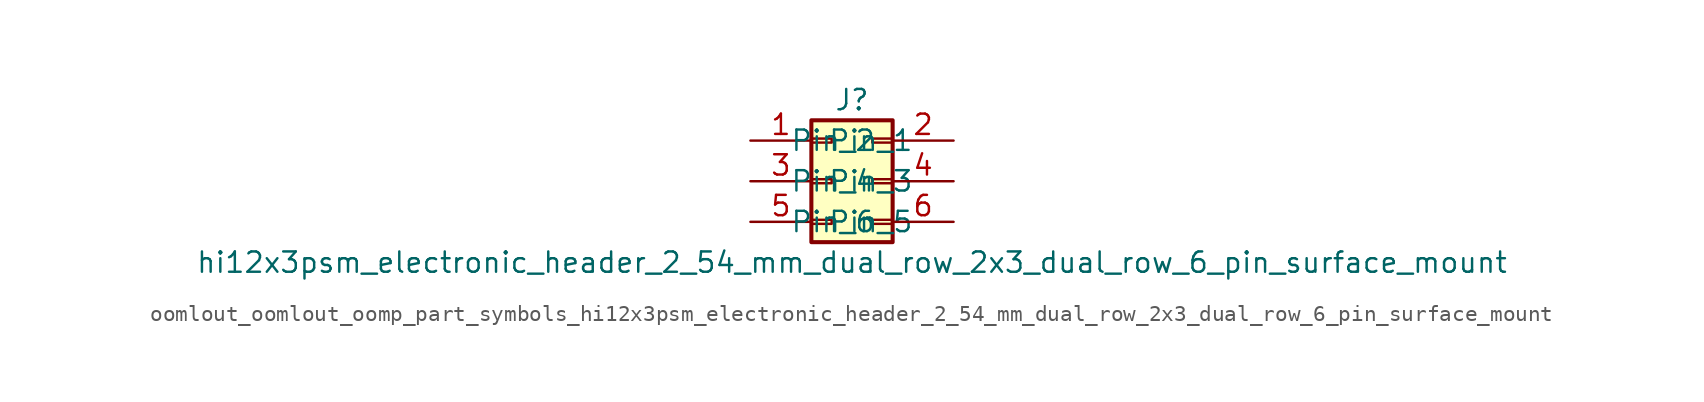
<source format=kicad_sym>
(kicad_symbol_lib
  (version 20220914)
  (generator kicad_symbol_editor)
  (symbol "oomlout_oomlout_oomp_part_symbols_hi12x3psm_electronic_header_2_54_mm_dual_row_2x3_dual_row_6_pin_surface_mount"
    (pin_names
      (offset 1.016))
    (property "Reference" "J"
      (at 1.27 5.08 0)
      (effects (font (size 1.27 1.27))))
    (property "Value" "hi12x3psm_electronic_header_2_54_mm_dual_row_2x3_dual_row_6_pin_surface_mount"
      (at 1.27 -5.08 0)
      (effects (font (size 1.27 1.27))))
    (symbol "oomlout_oomlout_oomp_part_symbols_hi12x3psm_electronic_header_2_54_mm_dual_row_2x3_dual_row_6_pin_surface_mount_1_1"
      (rectangle (start -1.27 -2.413) (end 0 -2.667) (stroke (width 0.152) (type default)) (fill (type none)))
      (rectangle (start -1.27 0.127) (end 0 -0.127) (stroke (width 0.152) (type default)) (fill (type none)))
      (rectangle (start -1.27 2.667) (end 0 2.413) (stroke (width 0.152) (type default)) (fill (type none)))
      (rectangle (start -1.27 3.81) (end 3.81 -3.81) (stroke (width 0.254) (type default)) (fill (type background)))
      (rectangle (start 3.81 -2.413) (end 2.54 -2.667) (stroke (width 0.152) (type default)) (fill (type none)))
      (rectangle (start 3.81 0.127) (end 2.54 -0.127) (stroke (width 0.152) (type default)) (fill (type none)))
      (rectangle (start 3.81 2.667) (end 2.54 2.413) (stroke (width 0.152) (type default)) (fill (type none)))
      (pin passive line (at -5.08 2.54 0) (length 3.81) (name "Pin_1" (effects (font (size 1.27 1.27)))) (number "1" (effects (font (size 1.27 1.27)))))
      (pin passive line (at 7.62 2.54 180) (length 3.81) (name "Pin_2" (effects (font (size 1.27 1.27)))) (number "2" (effects (font (size 1.27 1.27)))))
      (pin passive line (at -5.08 0 0) (length 3.81) (name "Pin_3" (effects (font (size 1.27 1.27)))) (number "3" (effects (font (size 1.27 1.27)))))
      (pin passive line (at 7.62 0 180) (length 3.81) (name "Pin_4" (effects (font (size 1.27 1.27)))) (number "4" (effects (font (size 1.27 1.27)))))
      (pin passive line (at -5.08 -2.54 0) (length 3.81) (name "Pin_5" (effects (font (size 1.27 1.27)))) (number "5" (effects (font (size 1.27 1.27)))))
      (pin passive line (at 7.62 -2.54 180) (length 3.81) (name "Pin_6" (effects (font (size 1.27 1.27)))) (number "6" (effects (font (size 1.27 1.27))))))))
</source>
